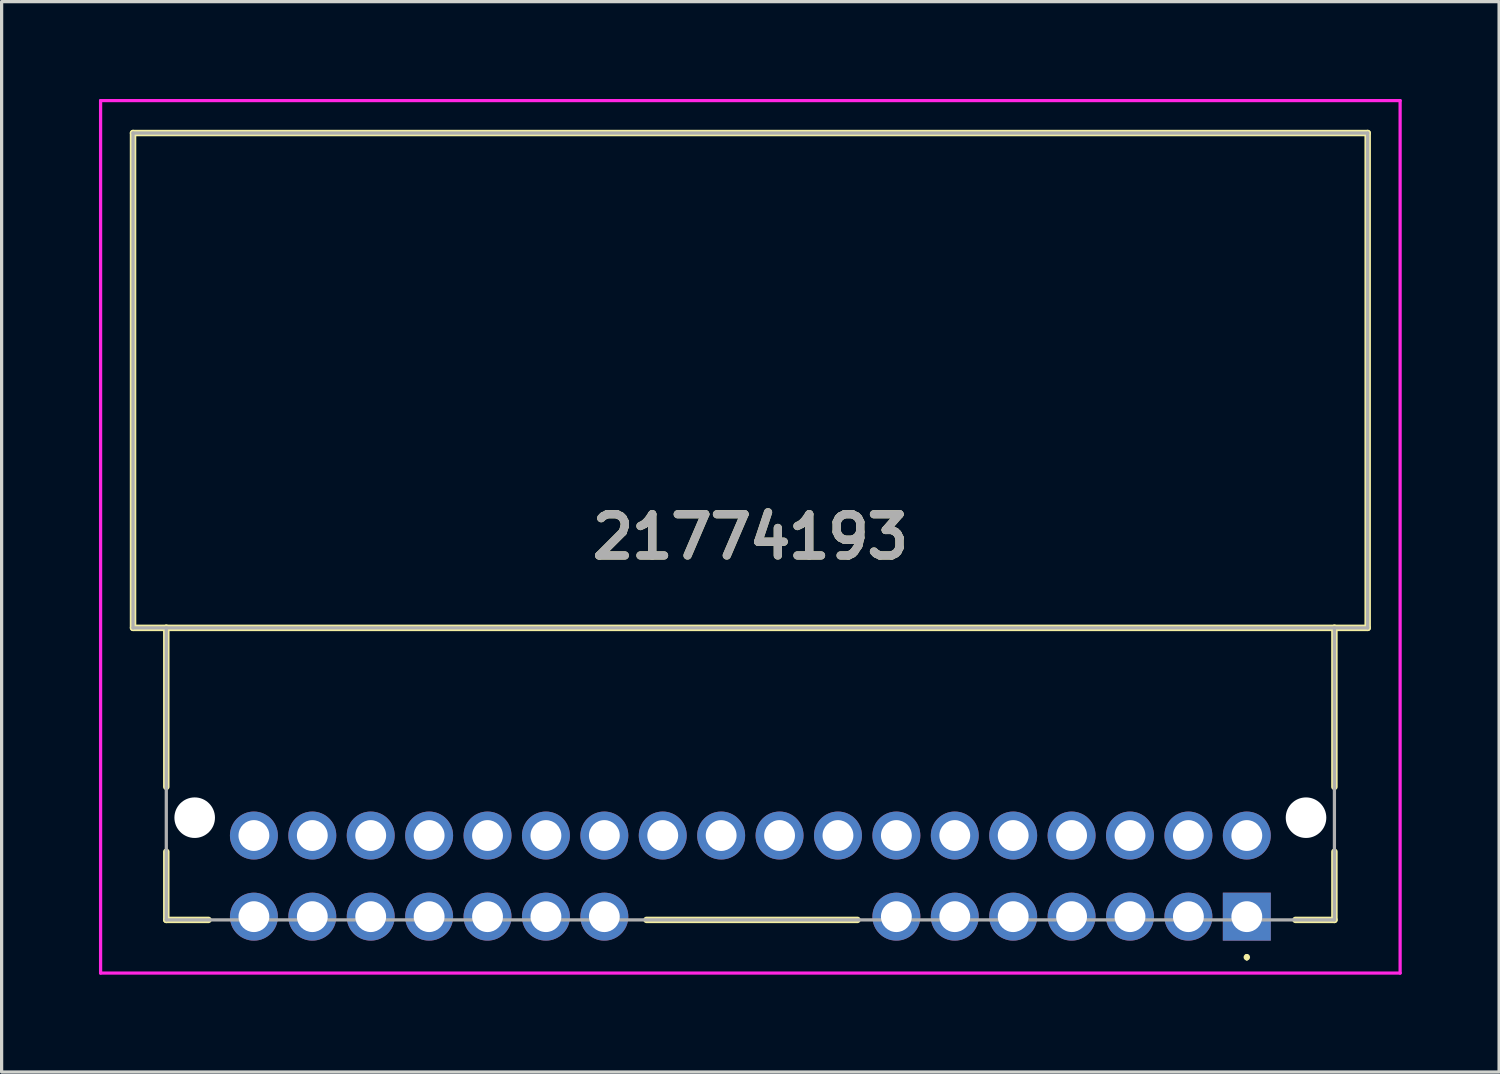
<source format=kicad_pcb>
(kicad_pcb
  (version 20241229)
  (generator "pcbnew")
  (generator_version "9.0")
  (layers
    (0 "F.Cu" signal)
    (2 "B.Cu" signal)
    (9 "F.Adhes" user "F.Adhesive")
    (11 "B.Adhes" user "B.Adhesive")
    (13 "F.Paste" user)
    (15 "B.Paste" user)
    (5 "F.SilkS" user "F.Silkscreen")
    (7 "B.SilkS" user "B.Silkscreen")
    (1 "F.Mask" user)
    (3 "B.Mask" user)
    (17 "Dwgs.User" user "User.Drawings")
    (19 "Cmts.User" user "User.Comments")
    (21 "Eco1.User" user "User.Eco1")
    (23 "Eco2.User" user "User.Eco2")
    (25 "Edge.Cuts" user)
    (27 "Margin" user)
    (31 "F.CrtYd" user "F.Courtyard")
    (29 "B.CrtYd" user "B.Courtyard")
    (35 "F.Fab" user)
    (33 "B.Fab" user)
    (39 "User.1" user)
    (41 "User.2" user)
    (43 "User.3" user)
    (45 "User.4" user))
  (footprint "21774193"
    (layer "F.Cu")
    (at 35.375 25.2)
    (property "Reference" "21774193" (at -15.3 -11.706 0) (layer "F.SilkS") (effects (font (size 1.27 1.27) (thickness 0.254))))
    (attr through_hole)
    (fp_line (start -34.325 -24.15) (end 3.725 -24.15) (stroke (width 0.2) (type solid)) (layer "F.SilkS"))
    (fp_line (start -34.325 -8.9) (end -34.325 -24.15) (stroke (width 0.2) (type solid)) (layer "F.SilkS"))
    (fp_line (start -33.3 -8.9) (end -34.325 -8.9) (stroke (width 0.2) (type solid)) (layer "F.SilkS"))
    (fp_line (start -33.3 -8.9) (end 2.7 -8.9) (stroke (width 0.2) (type solid)) (layer "F.SilkS"))
    (fp_line (start -33.3 -4) (end -33.3 -8.9) (stroke (width 0.2) (type solid)) (layer "F.SilkS"))
    (fp_line (start -33.3 0.1) (end -33.3 -2) (stroke (width 0.2) (type solid)) (layer "F.SilkS"))
    (fp_line (start -32 0.1) (end -33.3 0.1) (stroke (width 0.2) (type solid)) (layer "F.SilkS"))
    (fp_line (start -18.5 0.1) (end -12 0.1) (stroke (width 0.2) (type solid)) (layer "F.SilkS"))
    (fp_line (start 0 1.2) (end 0 1.2) (stroke (width 0.1) (type solid)) (layer "F.SilkS"))
    (fp_line (start 0 1.3) (end 0 1.3) (stroke (width 0.1) (type solid)) (layer "F.SilkS"))
    (fp_line (start 1.5 0.1) (end 2.7 0.1) (stroke (width 0.2) (type solid)) (layer "F.SilkS"))
    (fp_line (start 2.7 -8.9) (end 2.7 -4) (stroke (width 0.2) (type solid)) (layer "F.SilkS"))
    (fp_line (start 2.7 0.1) (end 2.7 -2) (stroke (width 0.2) (type solid)) (layer "F.SilkS"))
    (fp_line (start 3.725 -24.15) (end 3.725 -8.9) (stroke (width 0.2) (type solid)) (layer "F.SilkS"))
    (fp_line (start 3.725 -8.9) (end 2.7 -8.9) (stroke (width 0.2) (type solid)) (layer "F.SilkS"))
    (fp_arc (start 0 1.2) (mid 0.05 1.25) (end 0 1.3) (stroke (width 0.1) (type solid)) (layer "F.SilkS"))
    (fp_arc (start 0 1.3) (mid -0.05 1.25) (end 0 1.2) (stroke (width 0.1) (type solid)) (layer "F.SilkS"))
    (fp_line (start -35.325 -25.15) (end 4.725 -25.15) (stroke (width 0.1) (type solid)) (layer "F.CrtYd"))
    (fp_line (start -35.325 1.739) (end -35.325 -25.15) (stroke (width 0.1) (type solid)) (layer "F.CrtYd"))
    (fp_line (start 4.725 -25.15) (end 4.725 1.739) (stroke (width 0.1) (type solid)) (layer "F.CrtYd"))
    (fp_line (start 4.725 1.739) (end -35.325 1.739) (stroke (width 0.1) (type solid)) (layer "F.CrtYd"))
    (fp_line (start -34.325 -24.15) (end 3.725 -24.15) (stroke (width 0.1) (type solid)) (layer "F.Fab"))
    (fp_line (start -34.325 -8.9) (end -34.325 -24.15) (stroke (width 0.1) (type solid)) (layer "F.Fab"))
    (fp_line (start -33.3 -8.9) (end -34.325 -8.9) (stroke (width 0.1) (type solid)) (layer "F.Fab"))
    (fp_line (start -33.3 -8.9) (end 2.7 -8.9) (stroke (width 0.1) (type solid)) (layer "F.Fab"))
    (fp_line (start -33.3 0.1) (end -33.3 -8.9) (stroke (width 0.1) (type solid)) (layer "F.Fab"))
    (fp_line (start 2.7 -8.9) (end 2.7 0.1) (stroke (width 0.1) (type solid)) (layer "F.Fab"))
    (fp_line (start 2.7 0.1) (end -33.3 0.1) (stroke (width 0.1) (type solid)) (layer "F.Fab"))
    (fp_line (start 3.725 -24.15) (end 3.725 -8.9) (stroke (width 0.1) (type solid)) (layer "F.Fab"))
    (fp_line (start 3.725 -8.9) (end 2.7 -8.9) (stroke (width 0.1) (type solid)) (layer "F.Fab"))
    (fp_text user "${REFERENCE}" (at -15.3 -11.706 0) (layer "F.Fab") (effects (font (size 1.27 1.27) (thickness 0.254))))
    (pad "" np_thru_hole circle (at -32.425 -3.05) (size 1.25 1.25) (drill 1.25) (layers "*.Cu" "*.Mask"))
    (pad "" np_thru_hole circle (at 1.825 -3.05) (size 1.25 1.25) (drill 1.25) (layers "*.Cu" "*.Mask"))
    (pad "1" thru_hole rect (at 0 0) (size 1.478 1.478) (drill 0.95) (layers "*.Cu" "*.Mask"))
    (pad "2" thru_hole circle (at -1.8 0) (size 1.478 1.478) (drill 0.95) (layers "*.Cu" "*.Mask"))
    (pad "3" thru_hole circle (at -3.6 0) (size 1.478 1.478) (drill 0.95) (layers "*.Cu" "*.Mask"))
    (pad "4" thru_hole circle (at -5.4 0) (size 1.478 1.478) (drill 0.95) (layers "*.Cu" "*.Mask"))
    (pad "5" thru_hole circle (at -7.2 0) (size 1.478 1.478) (drill 0.95) (layers "*.Cu" "*.Mask"))
    (pad "6" thru_hole circle (at -9 0) (size 1.478 1.478) (drill 0.95) (layers "*.Cu" "*.Mask"))
    (pad "7" thru_hole circle (at -10.8 0) (size 1.478 1.478) (drill 0.95) (layers "*.Cu" "*.Mask"))
    (pad "8" thru_hole circle (at -19.8 0) (size 1.478 1.478) (drill 0.95) (layers "*.Cu" "*.Mask"))
    (pad "9" thru_hole circle (at -21.6 0) (size 1.478 1.478) (drill 0.95) (layers "*.Cu" "*.Mask"))
    (pad "10" thru_hole circle (at -23.4 0) (size 1.478 1.478) (drill 0.95) (layers "*.Cu" "*.Mask"))
    (pad "11" thru_hole circle (at -25.2 0) (size 1.478 1.478) (drill 0.95) (layers "*.Cu" "*.Mask"))
    (pad "12" thru_hole circle (at -27 0) (size 1.478 1.478) (drill 0.95) (layers "*.Cu" "*.Mask"))
    (pad "13" thru_hole circle (at -28.8 0) (size 1.478 1.478) (drill 0.95) (layers "*.Cu" "*.Mask"))
    (pad "14" thru_hole circle (at -30.6 0) (size 1.478 1.478) (drill 0.95) (layers "*.Cu" "*.Mask"))
    (pad "15" thru_hole circle (at -30.6 -2.5) (size 1.478 1.478) (drill 0.95) (layers "*.Cu" "*.Mask"))
    (pad "16" thru_hole circle (at -28.8 -2.5) (size 1.478 1.478) (drill 0.95) (layers "*.Cu" "*.Mask"))
    (pad "17" thru_hole circle (at -27 -2.5) (size 1.478 1.478) (drill 0.95) (layers "*.Cu" "*.Mask"))
    (pad "18" thru_hole circle (at -25.2 -2.5) (size 1.478 1.478) (drill 0.95) (layers "*.Cu" "*.Mask"))
    (pad "19" thru_hole circle (at -23.4 -2.5) (size 1.478 1.478) (drill 0.95) (layers "*.Cu" "*.Mask"))
    (pad "20" thru_hole circle (at -21.6 -2.5) (size 1.478 1.478) (drill 0.95) (layers "*.Cu" "*.Mask"))
    (pad "21" thru_hole circle (at -19.8 -2.5) (size 1.478 1.478) (drill 0.95) (layers "*.Cu" "*.Mask"))
    (pad "22" thru_hole circle (at -18 -2.5) (size 1.478 1.478) (drill 0.95) (layers "*.Cu" "*.Mask"))
    (pad "23" thru_hole circle (at -16.2 -2.5) (size 1.478 1.478) (drill 0.95) (layers "*.Cu" "*.Mask"))
    (pad "24" thru_hole circle (at -14.4 -2.5) (size 1.478 1.478) (drill 0.95) (layers "*.Cu" "*.Mask"))
    (pad "25" thru_hole circle (at -12.6 -2.5) (size 1.478 1.478) (drill 0.95) (layers "*.Cu" "*.Mask"))
    (pad "26" thru_hole circle (at -10.8 -2.5) (size 1.478 1.478) (drill 0.95) (layers "*.Cu" "*.Mask"))
    (pad "27" thru_hole circle (at -9 -2.5) (size 1.478 1.478) (drill 0.95) (layers "*.Cu" "*.Mask"))
    (pad "28" thru_hole circle (at -7.2 -2.5) (size 1.478 1.478) (drill 0.95) (layers "*.Cu" "*.Mask"))
    (pad "29" thru_hole circle (at -5.4 -2.5) (size 1.478 1.478) (drill 0.95) (layers "*.Cu" "*.Mask"))
    (pad "30" thru_hole circle (at -3.6 -2.5) (size 1.478 1.478) (drill 0.95) (layers "*.Cu" "*.Mask"))
    (pad "31" thru_hole circle (at -1.8 -2.5) (size 1.478 1.478) (drill 0.95) (layers "*.Cu" "*.Mask"))
    (pad "32" thru_hole circle (at 0 -2.5) (size 1.478 1.478) (drill 0.95) (layers "*.Cu" "*.Mask")))
  (gr_rect
    (start -3 -3)
    (end 43.15 29.989)
    (stroke (width 0.1) (type default))
    (fill no)
    (layer "Edge.Cuts")))
</source>
